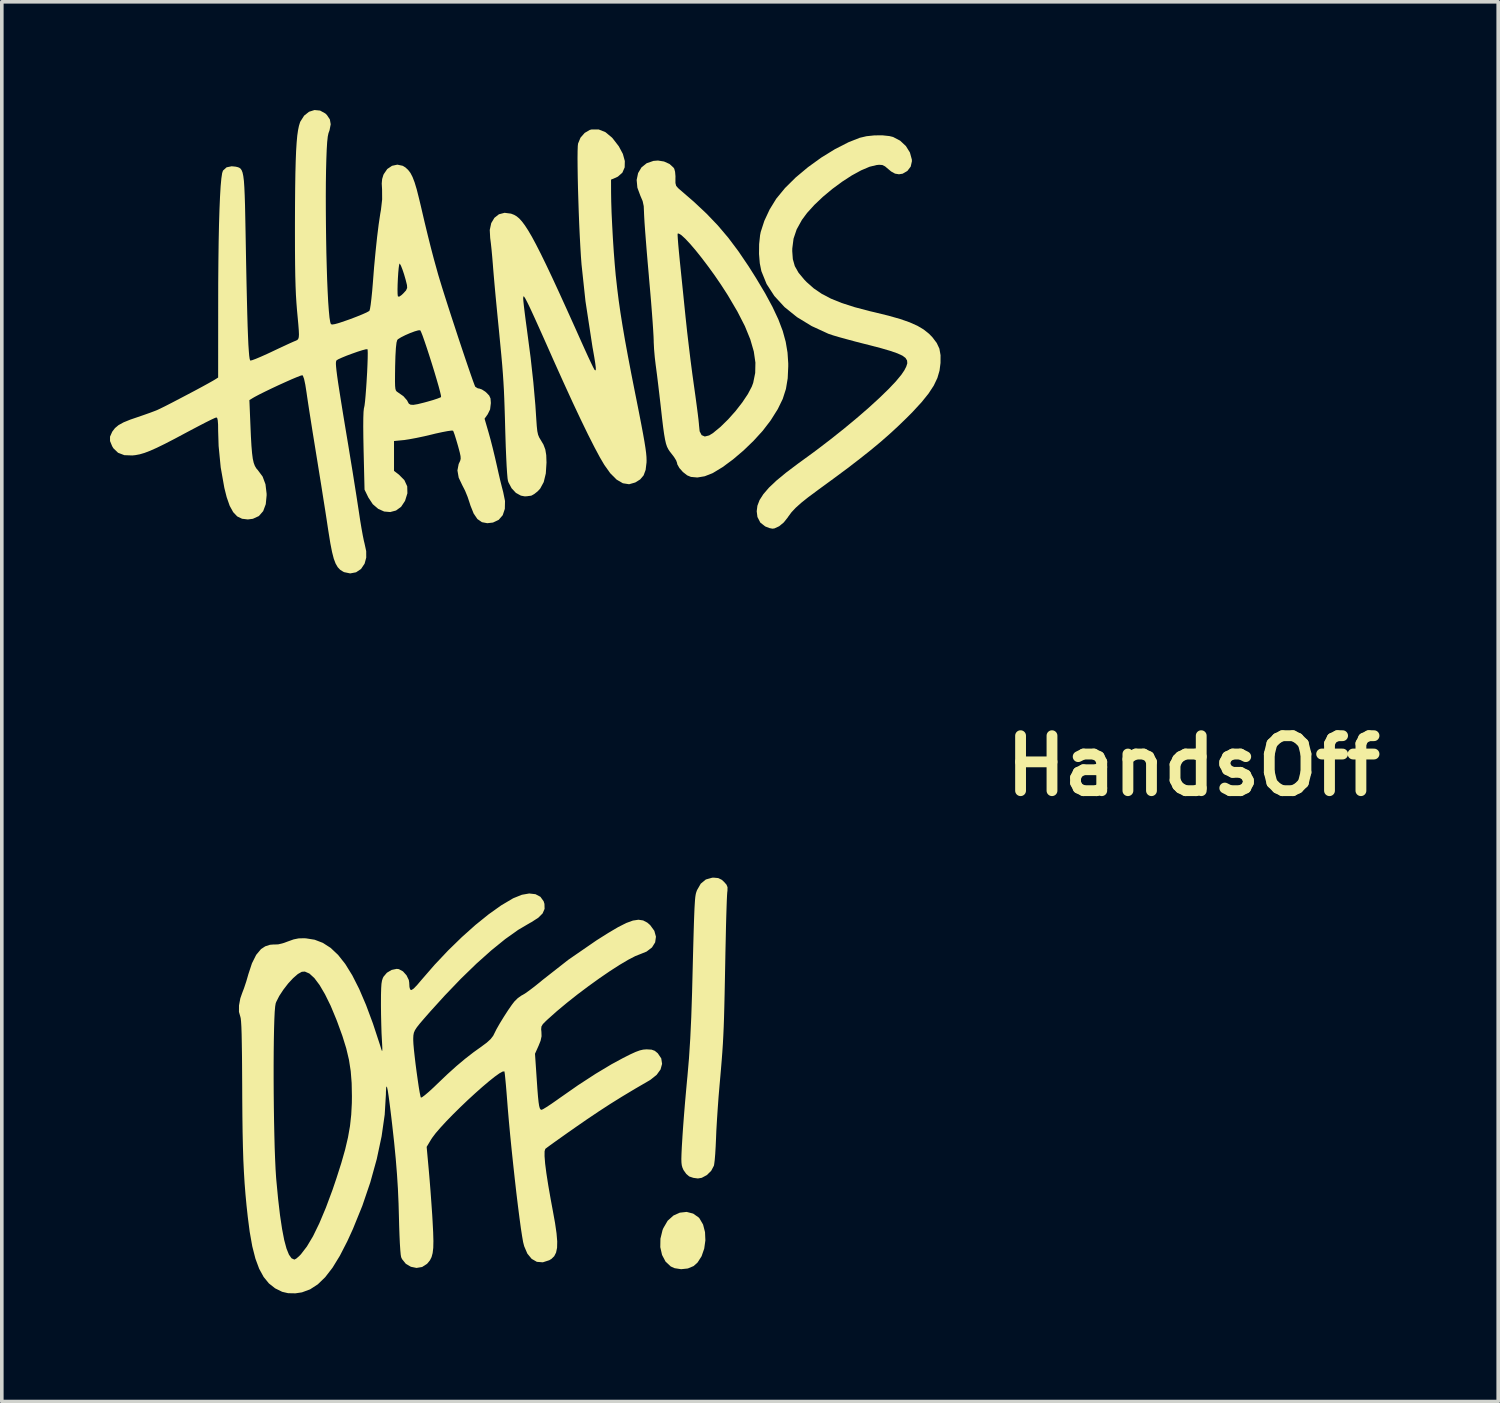
<source format=kicad_pcb>
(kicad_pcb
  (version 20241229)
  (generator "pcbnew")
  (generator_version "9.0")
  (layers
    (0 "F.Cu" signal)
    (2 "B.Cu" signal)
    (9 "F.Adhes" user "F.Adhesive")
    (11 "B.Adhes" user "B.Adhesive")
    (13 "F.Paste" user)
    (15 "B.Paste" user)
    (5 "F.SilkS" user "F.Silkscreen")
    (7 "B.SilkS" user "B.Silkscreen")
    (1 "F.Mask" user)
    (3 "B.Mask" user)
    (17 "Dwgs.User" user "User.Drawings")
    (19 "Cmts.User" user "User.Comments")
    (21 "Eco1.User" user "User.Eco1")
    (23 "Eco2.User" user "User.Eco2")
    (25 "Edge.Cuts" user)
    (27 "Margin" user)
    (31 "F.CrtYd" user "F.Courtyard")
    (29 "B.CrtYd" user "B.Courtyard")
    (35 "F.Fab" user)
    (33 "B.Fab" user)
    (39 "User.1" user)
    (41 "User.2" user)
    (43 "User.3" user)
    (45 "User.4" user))
  (footprint "HandsOff"
    (layer "F.Cu")
    (at 17.43 22.078)
    (property "Reference" "HandsOff" (at 12.6 -3.9 0) (layer "F.SilkS") (effects (font (size 1.524 1.524) (thickness 0.3))))
    (attr board_only exclude_from_pos_files exclude_from_bom)
    (fp_poly (pts (xy -1.265 8.513) (xy -1.113 8.62) (xy -1.092 8.643) (xy -0.991 8.816) (xy -0.937 9.026) (xy -0.927 9.254) (xy -0.959 9.483) (xy -1.032 9.694) (xy -1.143 9.868) (xy -1.253 9.967) (xy -1.413 10.034) (xy -1.599 10.054) (xy -1.78 10.026) (xy -1.887 9.978) (xy -2.031 9.843) (xy -2.128 9.659) (xy -2.177 9.443) (xy -2.173 9.209) (xy -2.115 8.971) (xy -2.094 8.919) (xy -1.973 8.711) (xy -1.812 8.566) (xy -1.636 8.487) (xy -1.446 8.466)) (stroke (width 0) (type solid)) (fill yes) (layer "F.SilkS"))
    (fp_poly (pts (xy -0.571 -0.788) (xy -0.476 -0.742) (xy -0.412 -0.685) (xy -0.342 -0.606) (xy -0.313 -0.535) (xy -0.315 -0.437) (xy -0.321 -0.389) (xy -0.326 -0.315) (xy -0.333 -0.173) (xy -0.34 0.028) (xy -0.348 0.28) (xy -0.356 0.575) (xy -0.363 0.903) (xy -0.371 1.257) (xy -0.377 1.585) (xy -0.386 2.046) (xy -0.394 2.442) (xy -0.402 2.782) (xy -0.41 3.079) (xy -0.419 3.341) (xy -0.43 3.581) (xy -0.442 3.809) (xy -0.457 4.035) (xy -0.475 4.27) (xy -0.496 4.524) (xy -0.521 4.809) (xy -0.537 4.989) (xy -0.562 5.284) (xy -0.585 5.603) (xy -0.606 5.922) (xy -0.623 6.213) (xy -0.632 6.436) (xy -0.642 6.656) (xy -0.654 6.859) (xy -0.668 7.027) (xy -0.683 7.145) (xy -0.691 7.186) (xy -0.766 7.327) (xy -0.886 7.445) (xy -1.028 7.521) (xy -1.134 7.539) (xy -1.26 7.522) (xy -1.37 7.485) (xy -1.375 7.483) (xy -1.457 7.413) (xy -1.531 7.309) (xy -1.542 7.287) (xy -1.565 7.233) (xy -1.581 7.175) (xy -1.59 7.101) (xy -1.593 6.999) (xy -1.589 6.857) (xy -1.58 6.664) (xy -1.564 6.407) (xy -1.564 6.4) (xy -1.546 6.134) (xy -1.522 5.816) (xy -1.494 5.471) (xy -1.463 5.122) (xy -1.433 4.793) (xy -1.424 4.703) (xy -1.381 4.203) (xy -1.346 3.659) (xy -1.318 3.061) (xy -1.296 2.398) (xy -1.295 2.361) (xy -1.282 1.849) (xy -1.271 1.407) (xy -1.261 1.03) (xy -1.252 0.712) (xy -1.244 0.448) (xy -1.236 0.232) (xy -1.229 0.058) (xy -1.221 -0.079) (xy -1.214 -0.184) (xy -1.206 -0.265) (xy -1.197 -0.325) (xy -1.187 -0.371) (xy -1.175 -0.409) (xy -1.162 -0.444) (xy -1.159 -0.452) (xy -1.055 -0.633) (xy -0.914 -0.749) (xy -0.739 -0.798) (xy -0.699 -0.8)) (stroke (width 0) (type solid)) (fill yes) (layer "F.SilkS"))
    (fp_poly (pts (xy 4.175 -21.356) (xy 4.276 -21.331) (xy 4.471 -21.229) (xy 4.631 -21.08) (xy 4.743 -20.9) (xy 4.796 -20.706) (xy 4.798 -20.658) (xy 4.764 -20.509) (xy 4.672 -20.389) (xy 4.541 -20.313) (xy 4.439 -20.297) (xy 4.33 -20.315) (xy 4.222 -20.375) (xy 4.15 -20.435) (xy 4.054 -20.516) (xy 3.978 -20.554) (xy 3.891 -20.56) (xy 3.824 -20.554) (xy 3.625 -20.506) (xy 3.39 -20.406) (xy 3.132 -20.265) (xy 2.861 -20.089) (xy 2.59 -19.889) (xy 2.33 -19.672) (xy 2.093 -19.447) (xy 1.89 -19.223) (xy 1.748 -19.031) (xy 1.603 -18.768) (xy 1.517 -18.513) (xy 1.482 -18.24) (xy 1.481 -18.167) (xy 1.497 -17.945) (xy 1.552 -17.751) (xy 1.656 -17.567) (xy 1.816 -17.375) (xy 1.883 -17.306) (xy 2.076 -17.135) (xy 2.296 -16.985) (xy 2.553 -16.85) (xy 2.855 -16.728) (xy 3.212 -16.613) (xy 3.633 -16.502) (xy 3.766 -16.471) (xy 4.153 -16.376) (xy 4.473 -16.285) (xy 4.736 -16.193) (xy 4.951 -16.097) (xy 5.126 -15.993) (xy 5.271 -15.877) (xy 5.364 -15.782) (xy 5.486 -15.621) (xy 5.56 -15.463) (xy 5.592 -15.282) (xy 5.591 -15.067) (xy 5.564 -14.856) (xy 5.504 -14.65) (xy 5.404 -14.44) (xy 5.26 -14.22) (xy 5.066 -13.979) (xy 4.817 -13.709) (xy 4.64 -13.531) (xy 4.407 -13.306) (xy 4.171 -13.089) (xy 3.923 -12.872) (xy 3.654 -12.649) (xy 3.357 -12.413) (xy 3.023 -12.156) (xy 2.642 -11.873) (xy 2.207 -11.555) (xy 2.171 -11.528) (xy 1.92 -11.342) (xy 1.725 -11.186) (xy 1.575 -11.051) (xy 1.459 -10.927) (xy 1.369 -10.805) (xy 1.357 -10.785) (xy 1.246 -10.646) (xy 1.117 -10.54) (xy 0.989 -10.481) (xy 0.933 -10.473) (xy 0.848 -10.49) (xy 0.742 -10.531) (xy 0.731 -10.536) (xy 0.596 -10.642) (xy 0.516 -10.797) (xy 0.496 -10.956) (xy 0.515 -11.109) (xy 0.575 -11.266) (xy 0.68 -11.43) (xy 0.834 -11.609) (xy 1.041 -11.805) (xy 1.306 -12.024) (xy 1.633 -12.271) (xy 1.752 -12.357) (xy 2.152 -12.65) (xy 2.543 -12.949) (xy 2.919 -13.248) (xy 3.273 -13.542) (xy 3.6 -13.825) (xy 3.892 -14.092) (xy 4.145 -14.337) (xy 4.352 -14.555) (xy 4.506 -14.741) (xy 4.588 -14.862) (xy 4.642 -14.968) (xy 4.67 -15.057) (xy 4.664 -15.135) (xy 4.621 -15.205) (xy 4.534 -15.27) (xy 4.396 -15.333) (xy 4.204 -15.4) (xy 3.951 -15.474) (xy 3.631 -15.558) (xy 3.484 -15.595) (xy 3.234 -15.659) (xy 2.997 -15.723) (xy 2.786 -15.781) (xy 2.616 -15.831) (xy 2.503 -15.869) (xy 2.485 -15.875) (xy 2.02 -16.089) (xy 1.613 -16.337) (xy 1.267 -16.616) (xy 0.985 -16.923) (xy 0.77 -17.255) (xy 0.626 -17.61) (xy 0.625 -17.612) (xy 0.581 -17.83) (xy 0.56 -18.089) (xy 0.563 -18.358) (xy 0.589 -18.606) (xy 0.607 -18.698) (xy 0.707 -19.006) (xy 0.855 -19.323) (xy 1.037 -19.619) (xy 1.042 -19.625) (xy 1.28 -19.915) (xy 1.577 -20.209) (xy 1.918 -20.494) (xy 2.286 -20.76) (xy 2.666 -20.994) (xy 3.042 -21.186) (xy 3.351 -21.308) (xy 3.538 -21.352) (xy 3.757 -21.375) (xy 3.979 -21.377)) (stroke (width 0) (type solid)) (fill yes) (layer "F.SilkS"))
    (fp_poly (pts (xy -2.073 -20.651) (xy -1.92 -20.582) (xy -1.81 -20.481) (xy -1.79 -20.451) (xy -1.767 -20.367) (xy -1.756 -20.243) (xy -1.757 -20.177) (xy -1.757 -20.055) (xy -1.737 -19.977) (xy -1.684 -19.915) (xy -1.654 -19.888) (xy -1.249 -19.538) (xy -0.896 -19.207) (xy -0.581 -18.878) (xy -0.291 -18.536) (xy -0.012 -18.164) (xy 0.27 -17.748) (xy 0.476 -17.422) (xy 0.73 -16.997) (xy 0.935 -16.617) (xy 1.096 -16.274) (xy 1.217 -15.955) (xy 1.3 -15.652) (xy 1.35 -15.355) (xy 1.37 -15.053) (xy 1.37 -14.97) (xy 1.355 -14.64) (xy 1.306 -14.346) (xy 1.217 -14.069) (xy 1.08 -13.788) (xy 0.889 -13.484) (xy 0.868 -13.454) (xy 0.661 -13.185) (xy 0.409 -12.909) (xy 0.13 -12.64) (xy -0.162 -12.392) (xy -0.449 -12.18) (xy -0.716 -12.018) (xy -0.736 -12.008) (xy -0.946 -11.926) (xy -1.149 -11.892) (xy -1.327 -11.908) (xy -1.431 -11.951) (xy -1.55 -12.044) (xy -1.647 -12.153) (xy -1.705 -12.256) (xy -1.714 -12.301) (xy -1.737 -12.365) (xy -1.797 -12.462) (xy -1.864 -12.549) (xy -1.914 -12.613) (xy -1.955 -12.675) (xy -1.99 -12.745) (xy -2.019 -12.831) (xy -2.045 -12.945) (xy -2.071 -13.094) (xy -2.098 -13.288) (xy -2.128 -13.537) (xy -2.163 -13.85) (xy -2.173 -13.938) (xy -2.203 -14.195) (xy -2.234 -14.458) (xy -2.264 -14.704) (xy -2.291 -14.912) (xy -2.306 -15.023) (xy -2.33 -15.228) (xy -2.349 -15.447) (xy -2.359 -15.641) (xy -2.36 -15.699) (xy -2.364 -15.804) (xy -2.374 -15.974) (xy -2.389 -16.199) (xy -2.409 -16.469) (xy -2.433 -16.773) (xy -2.461 -17.101) (xy -2.491 -17.442) (xy -2.494 -17.485) (xy -2.524 -17.825) (xy -2.552 -18.153) (xy -2.576 -18.456) (xy -2.588 -18.611) (xy -1.697 -18.611) (xy -1.691 -18.506) (xy -1.679 -18.35) (xy -1.661 -18.153) (xy -1.639 -17.929) (xy -1.638 -17.915) (xy -1.611 -17.654) (xy -1.579 -17.342) (xy -1.544 -17.002) (xy -1.509 -16.658) (xy -1.476 -16.335) (xy -1.468 -16.261) (xy -1.432 -15.925) (xy -1.387 -15.544) (xy -1.339 -15.148) (xy -1.289 -14.765) (xy -1.242 -14.426) (xy -1.238 -14.399) (xy -1.201 -14.135) (xy -1.168 -13.889) (xy -1.14 -13.675) (xy -1.119 -13.503) (xy -1.107 -13.386) (xy -1.104 -13.345) (xy -1.086 -13.172) (xy -1.031 -13.066) (xy -0.943 -13.028) (xy -0.823 -13.058) (xy -0.721 -13.12) (xy -0.509 -13.294) (xy -0.295 -13.504) (xy -0.089 -13.735) (xy 0.096 -13.973) (xy 0.25 -14.203) (xy 0.36 -14.412) (xy 0.399 -14.518) (xy 0.454 -14.789) (xy 0.46 -15.077) (xy 0.415 -15.386) (xy 0.318 -15.721) (xy 0.168 -16.088) (xy -0.039 -16.492) (xy -0.302 -16.939) (xy -0.331 -16.985) (xy -0.498 -17.243) (xy -0.674 -17.5) (xy -0.854 -17.748) (xy -1.03 -17.98) (xy -1.197 -18.189) (xy -1.35 -18.368) (xy -1.483 -18.51) (xy -1.59 -18.608) (xy -1.665 -18.654) (xy -1.696 -18.652) (xy -1.697 -18.611) (xy -2.588 -18.611) (xy -2.597 -18.725) (xy -2.613 -18.95) (xy -2.623 -19.121) (xy -2.628 -19.228) (xy -2.628 -19.237) (xy -2.636 -19.414) (xy -2.666 -19.554) (xy -2.727 -19.697) (xy -2.728 -19.699) (xy -2.812 -19.926) (xy -2.832 -20.14) (xy -2.792 -20.33) (xy -2.698 -20.488) (xy -2.555 -20.603) (xy -2.366 -20.668) (xy -2.241 -20.678)) (stroke (width 0) (type solid)) (fill yes) (layer "F.SilkS"))
    (fp_poly (pts (xy -3.698 -21.465) (xy -3.517 -21.315) (xy -3.497 -21.293) (xy -3.327 -21.073) (xy -3.214 -20.861) (xy -3.16 -20.664) (xy -3.164 -20.489) (xy -3.227 -20.343) (xy -3.351 -20.233) (xy -3.409 -20.204) (xy -3.542 -20.149) (xy -3.541 -19.795) (xy -3.537 -19.537) (xy -3.527 -19.224) (xy -3.51 -18.874) (xy -3.49 -18.506) (xy -3.466 -18.141) (xy -3.439 -17.796) (xy -3.412 -17.493) (xy -3.407 -17.452) (xy -3.371 -17.128) (xy -3.33 -16.8) (xy -3.281 -16.459) (xy -3.223 -16.095) (xy -3.155 -15.698) (xy -3.074 -15.257) (xy -2.98 -14.764) (xy -2.87 -14.208) (xy -2.85 -14.109) (xy -2.771 -13.712) (xy -2.707 -13.382) (xy -2.656 -13.111) (xy -2.617 -12.891) (xy -2.589 -12.715) (xy -2.57 -12.574) (xy -2.56 -12.462) (xy -2.557 -12.369) (xy -2.558 -12.312) (xy -2.583 -12.103) (xy -2.639 -11.951) (xy -2.735 -11.838) (xy -2.87 -11.754) (xy -3.041 -11.705) (xy -3.214 -11.732) (xy -3.387 -11.833) (xy -3.563 -12.009) (xy -3.727 -12.239) (xy -3.851 -12.45) (xy -4.001 -12.73) (xy -4.178 -13.079) (xy -4.38 -13.495) (xy -4.608 -13.979) (xy -4.859 -14.527) (xy -5.135 -15.14) (xy -5.314 -15.544) (xy -5.433 -15.811) (xy -5.548 -16.067) (xy -5.653 -16.3) (xy -5.744 -16.498) (xy -5.815 -16.65) (xy -5.861 -16.743) (xy -5.921 -16.858) (xy -5.956 -16.911) (xy -5.972 -16.909) (xy -5.977 -16.859) (xy -5.977 -16.851) (xy -5.972 -16.78) (xy -5.958 -16.646) (xy -5.936 -16.464) (xy -5.908 -16.245) (xy -5.875 -16.002) (xy -5.865 -15.926) (xy -5.771 -15.212) (xy -5.696 -14.532) (xy -5.64 -13.901) (xy -5.615 -13.519) (xy -5.601 -13.318) (xy -5.586 -13.177) (xy -5.564 -13.076) (xy -5.532 -12.999) (xy -5.501 -12.948) (xy -5.416 -12.805) (xy -5.364 -12.668) (xy -5.338 -12.511) (xy -5.331 -12.305) (xy -5.331 -12.305) (xy -5.35 -12.004) (xy -5.408 -11.765) (xy -5.506 -11.584) (xy -5.581 -11.504) (xy -5.672 -11.433) (xy -5.746 -11.391) (xy -5.767 -11.386) (xy -5.854 -11.375) (xy -5.871 -11.371) (xy -5.941 -11.37) (xy -6.04 -11.389) (xy -6.042 -11.39) (xy -6.178 -11.464) (xy -6.299 -11.594) (xy -6.386 -11.758) (xy -6.399 -11.797) (xy -6.411 -11.87) (xy -6.423 -12.01) (xy -6.436 -12.208) (xy -6.448 -12.453) (xy -6.46 -12.737) (xy -6.47 -13.049) (xy -6.475 -13.214) (xy -6.484 -13.548) (xy -6.493 -13.835) (xy -6.502 -14.088) (xy -6.512 -14.32) (xy -6.525 -14.543) (xy -6.54 -14.769) (xy -6.559 -15.011) (xy -6.583 -15.281) (xy -6.613 -15.592) (xy -6.648 -15.957) (xy -6.682 -16.299) (xy -6.711 -16.598) (xy -6.741 -16.909) (xy -6.769 -17.213) (xy -6.793 -17.488) (xy -6.812 -17.715) (xy -6.817 -17.784) (xy -6.835 -18) (xy -6.854 -18.206) (xy -6.873 -18.382) (xy -6.889 -18.508) (xy -6.892 -18.529) (xy -6.904 -18.753) (xy -6.863 -18.943) (xy -6.775 -19.09) (xy -6.65 -19.188) (xy -6.493 -19.229) (xy -6.315 -19.206) (xy -6.227 -19.172) (xy -6.159 -19.132) (xy -6.088 -19.073) (xy -6.013 -18.991) (xy -5.931 -18.882) (xy -5.84 -18.742) (xy -5.737 -18.567) (xy -5.622 -18.353) (xy -5.491 -18.096) (xy -5.342 -17.791) (xy -5.173 -17.434) (xy -4.983 -17.023) (xy -4.768 -16.551) (xy -4.527 -16.017) (xy -4.372 -15.67) (xy -4.271 -15.446) (xy -4.179 -15.244) (xy -4.1 -15.076) (xy -4.04 -14.952) (xy -4.003 -14.883) (xy -3.996 -14.873) (xy -3.975 -14.86) (xy -3.964 -14.88) (xy -3.965 -14.942) (xy -3.979 -15.054) (xy -4.006 -15.223) (xy -4.047 -15.458) (xy -4.054 -15.493) (xy -4.251 -16.781) (xy -4.36 -17.798) (xy -4.377 -18.023) (xy -4.393 -18.289) (xy -4.409 -18.588) (xy -4.424 -18.909) (xy -4.437 -19.242) (xy -4.448 -19.577) (xy -4.458 -19.905) (xy -4.465 -20.215) (xy -4.469 -20.498) (xy -4.471 -20.743) (xy -4.469 -20.941) (xy -4.464 -21.082) (xy -4.456 -21.149) (xy -4.389 -21.311) (xy -4.274 -21.443) (xy -4.132 -21.526) (xy -4.083 -21.539) (xy -3.886 -21.54)) (stroke (width 0) (type solid)) (fill yes) (layer "F.SilkS"))
    (fp_poly (pts (xy -5.636 -0.341) (xy -5.5 -0.269) (xy -5.411 -0.146) (xy -5.388 -0.073) (xy -5.384 0.066) (xy -5.439 0.192) (xy -5.559 0.312) (xy -5.749 0.434) (xy -5.794 0.458) (xy -6.118 0.649) (xy -6.475 0.903) (xy -6.861 1.216) (xy -7.273 1.584) (xy -7.705 2.003) (xy -8.153 2.47) (xy -8.555 2.913) (xy -8.719 3.1) (xy -8.84 3.241) (xy -8.924 3.347) (xy -8.978 3.43) (xy -9.008 3.501) (xy -9.021 3.572) (xy -9.025 3.654) (xy -9.025 3.709) (xy -9.02 3.813) (xy -9.006 3.969) (xy -8.985 4.16) (xy -8.96 4.372) (xy -8.931 4.592) (xy -8.901 4.805) (xy -8.873 4.997) (xy -8.847 5.153) (xy -8.825 5.259) (xy -8.813 5.298) (xy -8.779 5.286) (xy -8.701 5.228) (xy -8.589 5.133) (xy -8.453 5.008) (xy -8.365 4.923) (xy -8.08 4.651) (xy -7.828 4.424) (xy -7.591 4.225) (xy -7.353 4.04) (xy -7.149 3.894) (xy -6.987 3.774) (xy -6.879 3.675) (xy -6.809 3.584) (xy -6.78 3.526) (xy -6.719 3.404) (xy -6.626 3.241) (xy -6.515 3.06) (xy -6.399 2.88) (xy -6.291 2.724) (xy -6.22 2.632) (xy -6.124 2.537) (xy -6.019 2.464) (xy -5.996 2.453) (xy -5.925 2.411) (xy -5.811 2.33) (xy -5.666 2.22) (xy -5.505 2.091) (xy -5.443 2.039) (xy -4.725 1.476) (xy -3.947 0.94) (xy -3.623 0.735) (xy -3.348 0.573) (xy -3.122 0.458) (xy -2.936 0.39) (xy -2.783 0.367) (xy -2.653 0.386) (xy -2.538 0.446) (xy -2.458 0.515) (xy -2.342 0.674) (xy -2.297 0.837) (xy -2.319 0.994) (xy -2.407 1.135) (xy -2.556 1.249) (xy -2.713 1.313) (xy -2.868 1.374) (xy -3.07 1.479) (xy -3.311 1.622) (xy -3.581 1.796) (xy -3.871 1.995) (xy -4.171 2.211) (xy -4.473 2.438) (xy -4.766 2.67) (xy -5.042 2.9) (xy -5.291 3.122) (xy -5.346 3.173) (xy -5.432 3.26) (xy -5.472 3.328) (xy -5.479 3.405) (xy -5.472 3.475) (xy -5.468 3.597) (xy -5.495 3.722) (xy -5.55 3.859) (xy -5.65 4.082) (xy -5.603 4.775) (xy -5.584 5.055) (xy -5.567 5.268) (xy -5.551 5.422) (xy -5.535 5.527) (xy -5.517 5.592) (xy -5.497 5.625) (xy -5.471 5.636) (xy -5.467 5.636) (xy -5.421 5.615) (xy -5.326 5.557) (xy -5.194 5.47) (xy -5.039 5.362) (xy -4.986 5.324) (xy -4.456 4.954) (xy -3.972 4.639) (xy -3.53 4.374) (xy -3.209 4.2) (xy -3.009 4.099) (xy -2.86 4.031) (xy -2.745 3.989) (xy -2.651 3.967) (xy -2.559 3.96) (xy -2.549 3.96) (xy -2.419 3.968) (xy -2.33 4) (xy -2.247 4.068) (xy -2.244 4.072) (xy -2.15 4.211) (xy -2.127 4.362) (xy -2.17 4.518) (xy -2.278 4.667) (xy -2.447 4.802) (xy -2.479 4.822) (xy -2.883 5.057) (xy -3.239 5.271) (xy -3.565 5.474) (xy -3.882 5.68) (xy -4.209 5.9) (xy -4.494 6.097) (xy -4.716 6.252) (xy -4.919 6.396) (xy -5.095 6.521) (xy -5.234 6.621) (xy -5.327 6.69) (xy -5.364 6.719) (xy -5.384 6.785) (xy -5.385 6.921) (xy -5.369 7.126) (xy -5.334 7.397) (xy -5.282 7.731) (xy -5.213 8.126) (xy -5.157 8.427) (xy -5.094 8.775) (xy -5.053 9.058) (xy -5.034 9.284) (xy -5.038 9.46) (xy -5.066 9.594) (xy -5.117 9.694) (xy -5.193 9.768) (xy -5.254 9.805) (xy -5.433 9.863) (xy -5.598 9.85) (xy -5.742 9.768) (xy -5.862 9.622) (xy -5.95 9.416) (xy -5.979 9.303) (xy -6.007 9.142) (xy -6.042 8.915) (xy -6.08 8.633) (xy -6.122 8.305) (xy -6.166 7.943) (xy -6.21 7.555) (xy -6.254 7.153) (xy -6.297 6.746) (xy -6.337 6.345) (xy -6.373 5.96) (xy -6.404 5.6) (xy -6.419 5.407) (xy -6.438 5.166) (xy -6.456 4.951) (xy -6.473 4.774) (xy -6.486 4.646) (xy -6.496 4.579) (xy -6.498 4.571) (xy -6.546 4.575) (xy -6.638 4.626) (xy -6.768 4.719) (xy -6.928 4.847) (xy -7.111 5.002) (xy -7.309 5.178) (xy -7.515 5.367) (xy -7.721 5.564) (xy -7.921 5.761) (xy -8.106 5.951) (xy -8.269 6.128) (xy -8.403 6.283) (xy -8.5 6.412) (xy -8.525 6.45) (xy -8.653 6.663) (xy -8.593 7.321) (xy -8.57 7.589) (xy -8.545 7.904) (xy -8.521 8.234) (xy -8.499 8.55) (xy -8.489 8.721) (xy -8.473 9.029) (xy -8.466 9.272) (xy -8.47 9.461) (xy -8.487 9.606) (xy -8.517 9.718) (xy -8.562 9.808) (xy -8.624 9.885) (xy -8.645 9.907) (xy -8.779 9.993) (xy -8.934 10.019) (xy -9.09 9.987) (xy -9.23 9.905) (xy -9.335 9.775) (xy -9.36 9.721) (xy -9.372 9.654) (xy -9.384 9.524) (xy -9.396 9.34) (xy -9.406 9.116) (xy -9.415 8.862) (xy -9.42 8.663) (xy -9.432 8.234) (xy -9.45 7.824) (xy -9.476 7.417) (xy -9.51 6.995) (xy -9.554 6.541) (xy -9.61 6.037) (xy -9.637 5.807) (xy -9.675 5.499) (xy -9.706 5.265) (xy -9.731 5.102) (xy -9.751 5.01) (xy -9.766 4.987) (xy -9.776 5.03) (xy -9.782 5.138) (xy -9.783 5.209) (xy -9.816 5.769) (xy -9.902 6.37) (xy -10.036 7) (xy -10.215 7.646) (xy -10.436 8.296) (xy -10.697 8.939) (xy -10.852 9.278) (xy -11.059 9.681) (xy -11.262 10.012) (xy -11.465 10.275) (xy -11.671 10.474) (xy -11.885 10.613) (xy -12.11 10.696) (xy -12.291 10.723) (xy -12.494 10.719) (xy -12.658 10.681) (xy -12.856 10.583) (xy -13.026 10.448) (xy -13.172 10.269) (xy -13.296 10.042) (xy -13.4 9.761) (xy -13.487 9.42) (xy -13.559 9.014) (xy -13.612 8.603) (xy -13.647 8.28) (xy -13.676 7.972) (xy -13.7 7.666) (xy -13.719 7.353) (xy -13.735 7.022) (xy -13.746 6.663) (xy -13.755 6.265) (xy -13.761 5.816) (xy -13.765 5.308) (xy -13.766 5.026) (xy -13.769 4.549) (xy -13.77 4.395) (xy -12.895 4.395) (xy -12.895 4.779) (xy -12.893 5.173) (xy -12.889 5.568) (xy -12.883 5.958) (xy -12.875 6.332) (xy -12.866 6.684) (xy -12.854 7.004) (xy -12.841 7.286) (xy -12.826 7.519) (xy -12.821 7.578) (xy -12.771 8.105) (xy -12.718 8.558) (xy -12.661 8.938) (xy -12.602 9.245) (xy -12.538 9.483) (xy -12.47 9.651) (xy -12.398 9.752) (xy -12.321 9.787) (xy -12.318 9.787) (xy -12.267 9.76) (xy -12.189 9.693) (xy -12.138 9.64) (xy -11.973 9.425) (xy -11.803 9.14) (xy -11.629 8.783) (xy -11.449 8.355) (xy -11.262 7.853) (xy -11.155 7.537) (xy -11.019 7.111) (xy -10.913 6.738) (xy -10.834 6.402) (xy -10.778 6.085) (xy -10.744 5.773) (xy -10.727 5.449) (xy -10.725 5.255) (xy -10.732 4.893) (xy -10.758 4.564) (xy -10.807 4.249) (xy -10.883 3.929) (xy -10.99 3.585) (xy -11.131 3.197) (xy -11.158 3.127) (xy -11.315 2.75) (xy -11.471 2.433) (xy -11.622 2.176) (xy -11.766 1.984) (xy -11.903 1.859) (xy -12.029 1.804) (xy -12.114 1.81) (xy -12.224 1.872) (xy -12.354 1.985) (xy -12.493 2.135) (xy -12.625 2.306) (xy -12.74 2.481) (xy -12.823 2.645) (xy -12.838 2.685) (xy -12.852 2.767) (xy -12.865 2.917) (xy -12.875 3.126) (xy -12.883 3.387) (xy -12.889 3.691) (xy -12.893 4.03) (xy -12.895 4.395) (xy -13.77 4.395) (xy -13.772 4.145) (xy -13.777 3.81) (xy -13.782 3.541) (xy -13.789 3.334) (xy -13.798 3.186) (xy -13.808 3.095) (xy -13.817 3.058) (xy -13.856 2.921) (xy -13.855 2.742) (xy -13.818 2.545) (xy -13.77 2.407) (xy -13.714 2.26) (xy -13.653 2.076) (xy -13.6 1.894) (xy -13.597 1.882) (xy -13.496 1.575) (xy -13.379 1.341) (xy -13.244 1.18) (xy -13.128 1.104) (xy -12.995 1.061) (xy -12.881 1.052) (xy -12.867 1.054) (xy -12.762 1.049) (xy -12.608 1.009) (xy -12.506 0.971) (xy -12.341 0.912) (xy -12.203 0.884) (xy -12.053 0.88) (xy -11.998 0.883) (xy -11.758 0.921) (xy -11.531 1.008) (xy -11.315 1.147) (xy -11.108 1.342) (xy -10.909 1.594) (xy -10.715 1.908) (xy -10.524 2.285) (xy -10.334 2.729) (xy -10.143 3.242) (xy -9.95 3.828) (xy -9.909 3.96) (xy -9.892 4.005) (xy -9.883 3.994) (xy -9.882 3.923) (xy -9.889 3.784) (xy -9.894 3.694) (xy -9.904 3.507) (xy -9.911 3.27) (xy -9.917 3.011) (xy -9.92 2.755) (xy -9.92 2.685) (xy -9.919 2.446) (xy -9.914 2.27) (xy -9.906 2.144) (xy -9.891 2.054) (xy -9.869 1.987) (xy -9.851 1.949) (xy -9.755 1.836) (xy -9.624 1.758) (xy -9.484 1.729) (xy -9.425 1.736) (xy -9.31 1.798) (xy -9.211 1.908) (xy -9.148 2.038) (xy -9.137 2.107) (xy -9.13 2.231) (xy -9.111 2.301) (xy -9.074 2.316) (xy -9.011 2.274) (xy -8.915 2.174) (xy -8.796 2.034) (xy -8.434 1.617) (xy -8.058 1.219) (xy -7.677 0.848) (xy -7.3 0.511) (xy -6.934 0.216) (xy -6.589 -0.03) (xy -6.272 -0.218) (xy -6.241 -0.234) (xy -6.014 -0.325) (xy -5.81 -0.361)) (stroke (width 0) (type solid)) (fill yes) (layer "F.SilkS"))
    (fp_poly (pts (xy -11.607 -22.063) (xy -11.462 -21.983) (xy -11.415 -21.936) (xy -11.336 -21.817) (xy -11.313 -21.684) (xy -11.344 -21.521) (xy -11.375 -21.435) (xy -11.394 -21.345) (xy -11.411 -21.189) (xy -11.424 -20.974) (xy -11.434 -20.71) (xy -11.442 -20.403) (xy -11.447 -20.061) (xy -11.449 -19.694) (xy -11.448 -19.308) (xy -11.445 -18.912) (xy -11.44 -18.513) (xy -11.433 -18.12) (xy -11.423 -17.741) (xy -11.412 -17.383) (xy -11.398 -17.055) (xy -11.383 -16.765) (xy -11.365 -16.52) (xy -11.347 -16.329) (xy -11.326 -16.199) (xy -11.308 -16.144) (xy -11.274 -16.132) (xy -11.196 -16.144) (xy -11.065 -16.181) (xy -10.875 -16.246) (xy -10.781 -16.279) (xy -10.597 -16.349) (xy -10.437 -16.414) (xy -10.316 -16.468) (xy -10.248 -16.506) (xy -10.24 -16.512) (xy -10.224 -16.565) (xy -10.205 -16.681) (xy -10.185 -16.847) (xy -10.164 -17.051) (xy -10.16 -17.097) (xy -9.461 -17.097) (xy -9.459 -16.982) (xy -9.452 -16.916) (xy -9.451 -16.915) (xy -9.418 -16.902) (xy -9.347 -16.951) (xy -9.305 -16.99) (xy -9.225 -17.077) (xy -9.194 -17.147) (xy -9.199 -17.228) (xy -9.2 -17.231) (xy -9.236 -17.375) (xy -9.279 -17.524) (xy -9.325 -17.66) (xy -9.366 -17.764) (xy -9.397 -17.818) (xy -9.403 -17.822) (xy -9.416 -17.787) (xy -9.429 -17.694) (xy -9.441 -17.56) (xy -9.451 -17.404) (xy -9.458 -17.244) (xy -9.461 -17.097) (xy -10.16 -17.097) (xy -10.145 -17.278) (xy -10.11 -17.727) (xy -10.069 -18.157) (xy -10.027 -18.555) (xy -9.983 -18.909) (xy -9.939 -19.205) (xy -9.92 -19.311) (xy -9.887 -19.599) (xy -9.889 -19.874) (xy -9.898 -20.042) (xy -9.887 -20.165) (xy -9.855 -20.272) (xy -9.843 -20.3) (xy -9.745 -20.443) (xy -9.613 -20.532) (xy -9.465 -20.564) (xy -9.316 -20.532) (xy -9.242 -20.487) (xy -9.167 -20.418) (xy -9.102 -20.333) (xy -9.044 -20.221) (xy -8.987 -20.072) (xy -8.928 -19.877) (xy -8.864 -19.623) (xy -8.814 -19.415) (xy -8.712 -18.977) (xy -8.62 -18.597) (xy -8.535 -18.258) (xy -8.452 -17.942) (xy -8.366 -17.633) (xy -8.334 -17.517) (xy -8.287 -17.361) (xy -8.225 -17.158) (xy -8.149 -16.917) (xy -8.063 -16.648) (xy -7.97 -16.36) (xy -7.872 -16.062) (xy -7.774 -15.762) (xy -7.677 -15.471) (xy -7.585 -15.197) (xy -7.501 -14.95) (xy -7.428 -14.738) (xy -7.369 -14.57) (xy -7.327 -14.457) (xy -7.305 -14.406) (xy -7.304 -14.405) (xy -7.234 -14.363) (xy -7.193 -14.357) (xy -7.122 -14.332) (xy -7.029 -14.272) (xy -6.998 -14.245) (xy -6.92 -14.164) (xy -6.883 -14.083) (xy -6.874 -13.965) (xy -6.874 -13.95) (xy -6.895 -13.778) (xy -6.961 -13.644) (xy -7.048 -13.522) (xy -6.934 -13.13) (xy -6.88 -12.935) (xy -6.819 -12.696) (xy -6.758 -12.443) (xy -6.706 -12.216) (xy -6.659 -12.006) (xy -6.612 -11.804) (xy -6.569 -11.632) (xy -6.537 -11.509) (xy -6.533 -11.495) (xy -6.481 -11.24) (xy -6.486 -11.022) (xy -6.545 -10.846) (xy -6.656 -10.718) (xy -6.815 -10.643) (xy -6.972 -10.625) (xy -7.121 -10.653) (xy -7.246 -10.74) (xy -7.35 -10.892) (xy -7.439 -11.114) (xy -7.46 -11.181) (xy -7.518 -11.355) (xy -7.589 -11.528) (xy -7.659 -11.665) (xy -7.663 -11.672) (xy -7.765 -11.887) (xy -7.8 -12.088) (xy -7.766 -12.265) (xy -7.751 -12.297) (xy -7.723 -12.357) (xy -7.71 -12.413) (xy -7.714 -12.484) (xy -7.736 -12.588) (xy -7.777 -12.742) (xy -7.79 -12.788) (xy -7.837 -12.948) (xy -7.878 -13.079) (xy -7.91 -13.166) (xy -7.922 -13.19) (xy -7.968 -13.192) (xy -8.073 -13.178) (xy -8.225 -13.149) (xy -8.409 -13.109) (xy -8.498 -13.087) (xy -8.717 -13.035) (xy -8.935 -12.989) (xy -9.128 -12.953) (xy -9.276 -12.93) (xy -9.301 -12.928) (xy -9.558 -12.903) (xy -9.558 -12.076) (xy -9.423 -11.972) (xy -9.271 -11.819) (xy -9.192 -11.647) (xy -9.187 -11.454) (xy -9.252 -11.244) (xy -9.361 -11.08) (xy -9.502 -10.977) (xy -9.663 -10.934) (xy -9.832 -10.949) (xy -9.997 -11.023) (xy -10.147 -11.152) (xy -10.269 -11.337) (xy -10.269 -11.337) (xy -10.375 -11.555) (xy -10.401 -12.639) (xy -10.408 -13.003) (xy -10.411 -13.305) (xy -10.409 -13.542) (xy -10.403 -13.71) (xy -10.393 -13.806) (xy -10.389 -13.821) (xy -10.375 -13.887) (xy -10.36 -14.011) (xy -10.345 -14.178) (xy -10.33 -14.376) (xy -10.318 -14.554) (xy -9.531 -14.554) (xy -9.528 -14.432) (xy -9.52 -14.352) (xy -9.506 -14.305) (xy -9.485 -14.277) (xy -9.468 -14.265) (xy -9.297 -14.145) (xy -9.195 -14.028) (xy -9.176 -13.99) (xy -9.147 -13.938) (xy -9.099 -13.91) (xy -9.022 -13.905) (xy -8.902 -13.925) (xy -8.727 -13.968) (xy -8.628 -13.995) (xy -8.475 -14.039) (xy -8.349 -14.081) (xy -8.27 -14.112) (xy -8.254 -14.122) (xy -8.257 -14.165) (xy -8.281 -14.268) (xy -8.321 -14.419) (xy -8.375 -14.606) (xy -8.438 -14.818) (xy -8.507 -15.042) (xy -8.578 -15.266) (xy -8.647 -15.478) (xy -8.711 -15.667) (xy -8.765 -15.821) (xy -8.807 -15.926) (xy -8.831 -15.973) (xy -8.832 -15.973) (xy -8.886 -15.971) (xy -8.987 -15.942) (xy -9.113 -15.895) (xy -9.246 -15.837) (xy -9.363 -15.778) (xy -9.445 -15.727) (xy -9.468 -15.704) (xy -9.489 -15.63) (xy -9.506 -15.481) (xy -9.519 -15.256) (xy -9.527 -14.97) (xy -9.53 -14.729) (xy -9.531 -14.554) (xy -10.318 -14.554) (xy -10.316 -14.591) (xy -10.303 -14.808) (xy -10.294 -15.014) (xy -10.288 -15.194) (xy -10.286 -15.336) (xy -10.289 -15.425) (xy -10.295 -15.448) (xy -10.338 -15.446) (xy -10.435 -15.421) (xy -10.567 -15.379) (xy -10.717 -15.326) (xy -10.868 -15.27) (xy -11.002 -15.215) (xy -11.103 -15.169) (xy -11.149 -15.141) (xy -11.16 -15.123) (xy -11.167 -15.091) (xy -11.169 -15.04) (xy -11.164 -14.963) (xy -11.153 -14.856) (xy -11.135 -14.713) (xy -11.109 -14.529) (xy -11.073 -14.297) (xy -11.028 -14.013) (xy -10.973 -13.671) (xy -10.906 -13.266) (xy -10.827 -12.792) (xy -10.815 -12.719) (xy -10.762 -12.393) (xy -10.706 -12.053) (xy -10.653 -11.717) (xy -10.603 -11.403) (xy -10.561 -11.13) (xy -10.53 -10.929) (xy -10.495 -10.696) (xy -10.458 -10.475) (xy -10.423 -10.282) (xy -10.393 -10.135) (xy -10.376 -10.067) (xy -10.329 -9.85) (xy -10.328 -9.671) (xy -10.372 -9.508) (xy -10.374 -9.503) (xy -10.472 -9.356) (xy -10.61 -9.264) (xy -10.773 -9.233) (xy -10.941 -9.268) (xy -10.967 -9.281) (xy -11.05 -9.333) (xy -11.118 -9.405) (xy -11.176 -9.504) (xy -11.228 -9.641) (xy -11.275 -9.824) (xy -11.322 -10.063) (xy -11.371 -10.366) (xy -11.385 -10.453) (xy -11.42 -10.687) (xy -11.465 -10.979) (xy -11.518 -11.312) (xy -11.574 -11.669) (xy -11.633 -12.033) (xy -11.69 -12.387) (xy -11.707 -12.491) (xy -11.76 -12.819) (xy -11.813 -13.146) (xy -11.862 -13.457) (xy -11.907 -13.741) (xy -11.944 -13.983) (xy -11.972 -14.17) (xy -11.981 -14.236) (xy -12.017 -14.465) (xy -12.051 -14.624) (xy -12.083 -14.711) (xy -12.098 -14.726) (xy -12.144 -14.716) (xy -12.245 -14.677) (xy -12.389 -14.617) (xy -12.562 -14.54) (xy -12.752 -14.454) (xy -12.946 -14.363) (xy -13.13 -14.274) (xy -13.293 -14.193) (xy -13.421 -14.125) (xy -13.476 -14.093) (xy -13.567 -14.037) (xy -13.539 -13.356) (xy -13.525 -13.03) (xy -13.51 -12.77) (xy -13.493 -12.568) (xy -13.473 -12.413) (xy -13.447 -12.297) (xy -13.414 -12.21) (xy -13.373 -12.142) (xy -13.332 -12.095) (xy -13.2 -11.917) (xy -13.121 -11.705) (xy -13.09 -11.446) (xy -13.089 -11.4) (xy -13.113 -11.152) (xy -13.185 -10.959) (xy -13.304 -10.823) (xy -13.47 -10.747) (xy -13.61 -10.729) (xy -13.77 -10.748) (xy -13.904 -10.813) (xy -14.016 -10.931) (xy -14.113 -11.107) (xy -14.197 -11.348) (xy -14.261 -11.603) (xy -14.362 -12.172) (xy -14.42 -12.766) (xy -14.433 -13.18) (xy -14.435 -13.361) (xy -14.444 -13.478) (xy -14.459 -13.539) (xy -14.483 -13.557) (xy -14.53 -13.539) (xy -14.634 -13.491) (xy -14.784 -13.416) (xy -14.971 -13.319) (xy -15.184 -13.207) (xy -15.312 -13.139) (xy -15.64 -12.964) (xy -15.911 -12.824) (xy -16.134 -12.715) (xy -16.318 -12.633) (xy -16.472 -12.574) (xy -16.605 -12.535) (xy -16.726 -12.512) (xy -16.813 -12.503) (xy -17.034 -12.511) (xy -17.207 -12.577) (xy -17.336 -12.701) (xy -17.371 -12.759) (xy -17.43 -12.902) (xy -17.43 -13.024) (xy -17.371 -13.157) (xy -17.365 -13.167) (xy -17.293 -13.261) (xy -17.195 -13.343) (xy -17.058 -13.419) (xy -16.869 -13.496) (xy -16.679 -13.561) (xy -16.499 -13.623) (xy -16.321 -13.686) (xy -16.175 -13.741) (xy -16.127 -13.76) (xy -16.042 -13.8) (xy -15.902 -13.869) (xy -15.724 -13.96) (xy -15.519 -14.067) (xy -15.302 -14.181) (xy -15.086 -14.295) (xy -14.885 -14.403) (xy -14.712 -14.498) (xy -14.582 -14.571) (xy -14.518 -14.609) (xy -14.433 -14.663) (xy -14.432 -16.633) (xy -14.431 -17.286) (xy -14.426 -17.884) (xy -14.419 -18.425) (xy -14.409 -18.905) (xy -14.396 -19.324) (xy -14.381 -19.678) (xy -14.364 -19.965) (xy -14.344 -20.182) (xy -14.322 -20.329) (xy -14.299 -20.399) (xy -14.199 -20.49) (xy -14.058 -20.519) (xy -13.953 -20.509) (xy -13.898 -20.497) (xy -13.852 -20.481) (xy -13.813 -20.454) (xy -13.782 -20.41) (xy -13.756 -20.343) (xy -13.736 -20.247) (xy -13.719 -20.114) (xy -13.707 -19.94) (xy -13.697 -19.717) (xy -13.688 -19.44) (xy -13.681 -19.103) (xy -13.673 -18.698) (xy -13.669 -18.472) (xy -13.658 -17.858) (xy -13.647 -17.315) (xy -13.636 -16.843) (xy -13.626 -16.436) (xy -13.616 -16.091) (xy -13.605 -15.805) (xy -13.595 -15.575) (xy -13.583 -15.397) (xy -13.572 -15.267) (xy -13.56 -15.183) (xy -13.547 -15.14) (xy -13.54 -15.133) (xy -13.492 -15.143) (xy -13.389 -15.181) (xy -13.244 -15.242) (xy -13.07 -15.32) (xy -12.984 -15.36) (xy -12.79 -15.452) (xy -12.609 -15.537) (xy -12.457 -15.607) (xy -12.352 -15.654) (xy -12.329 -15.664) (xy -12.277 -15.685) (xy -12.239 -15.704) (xy -12.213 -15.733) (xy -12.198 -15.781) (xy -12.193 -15.858) (xy -12.198 -15.975) (xy -12.211 -16.142) (xy -12.232 -16.369) (xy -12.247 -16.529) (xy -12.263 -16.733) (xy -12.277 -16.954) (xy -12.287 -17.2) (xy -12.295 -17.482) (xy -12.3 -17.807) (xy -12.303 -18.184) (xy -12.304 -18.624) (xy -12.304 -18.926) (xy -12.302 -19.46) (xy -12.298 -19.923) (xy -12.292 -20.32) (xy -12.283 -20.658) (xy -12.272 -20.941) (xy -12.257 -21.176) (xy -12.24 -21.367) (xy -12.218 -21.52) (xy -12.193 -21.64) (xy -12.164 -21.734) (xy -12.153 -21.76) (xy -12.049 -21.923) (xy -11.914 -22.03) (xy -11.762 -22.078)) (stroke (width 0) (type solid)) (fill yes) (layer "F.SilkS")))
  (gr_rect
    (start -3 -3)
    (end 38.48 35.801)
    (stroke (width 0.1) (type default))
    (fill no)
    (layer "Edge.Cuts")))
</source>
